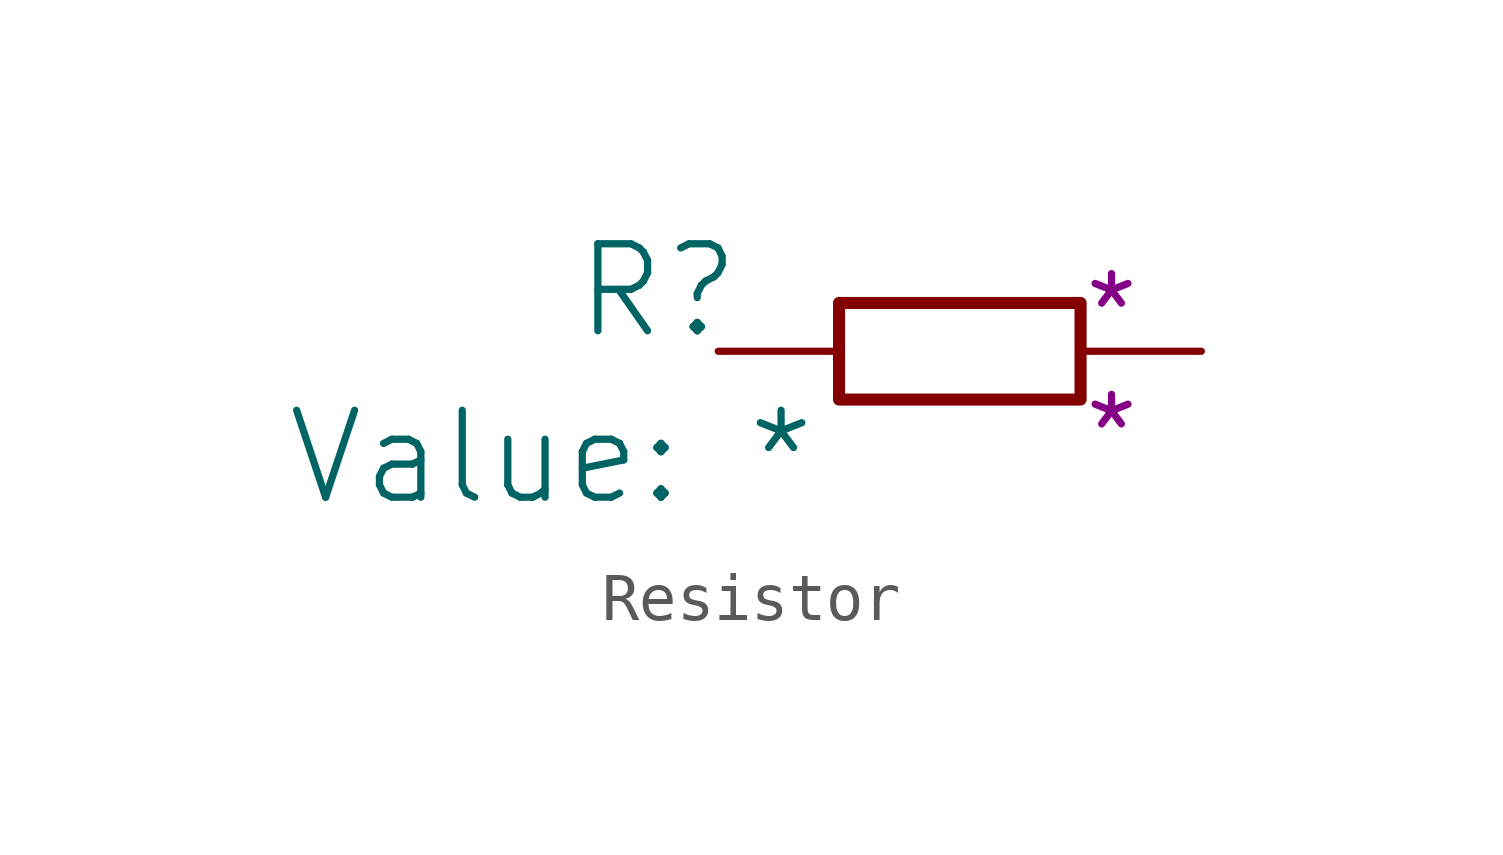
<source format=kicad_sym>
(kicad_symbol_lib
  (version 20231120)
  (generator "kicad_symbol_editor")
  (generator_version "8.0")
  (symbol "Resistor"
    (property "Reference" "R"
      (at -1.27 1.27 0)
      (effects (font (size 1.829 1.829))))
    (property "Value" "*"
      (at -9.144 -3.302 0)
      (show_name)
      (effects (font (size 1.829 1.829)) (justify left bottom)))
    (property "Power" "*"
      (at 7.62 0 0)
      (effects (font (size 1.448 1.448)) (justify left bottom)))
    (property "Tolerance" "*"
      (at 7.62 -2.54 0)
      (effects (font (size 1.448 1.448)) (justify left bottom)))
    (symbol "Resistor_1_0"
      (rectangle (start 2.54 1.016) (end 7.62 -1.016) (stroke (width 0.254) (type solid)) (fill (type none)))
      (pin passive line (at 0 0 0) (length 2.54) (name "1" (effects (font (size 0 0)))) (number "1" (effects (font (size 0 0)))))
      (pin passive line (at 10.16 0 180) (length 2.54) (name "2" (effects (font (size 0 0)))) (number "2" (effects (font (size 0 0))))))))
</source>
